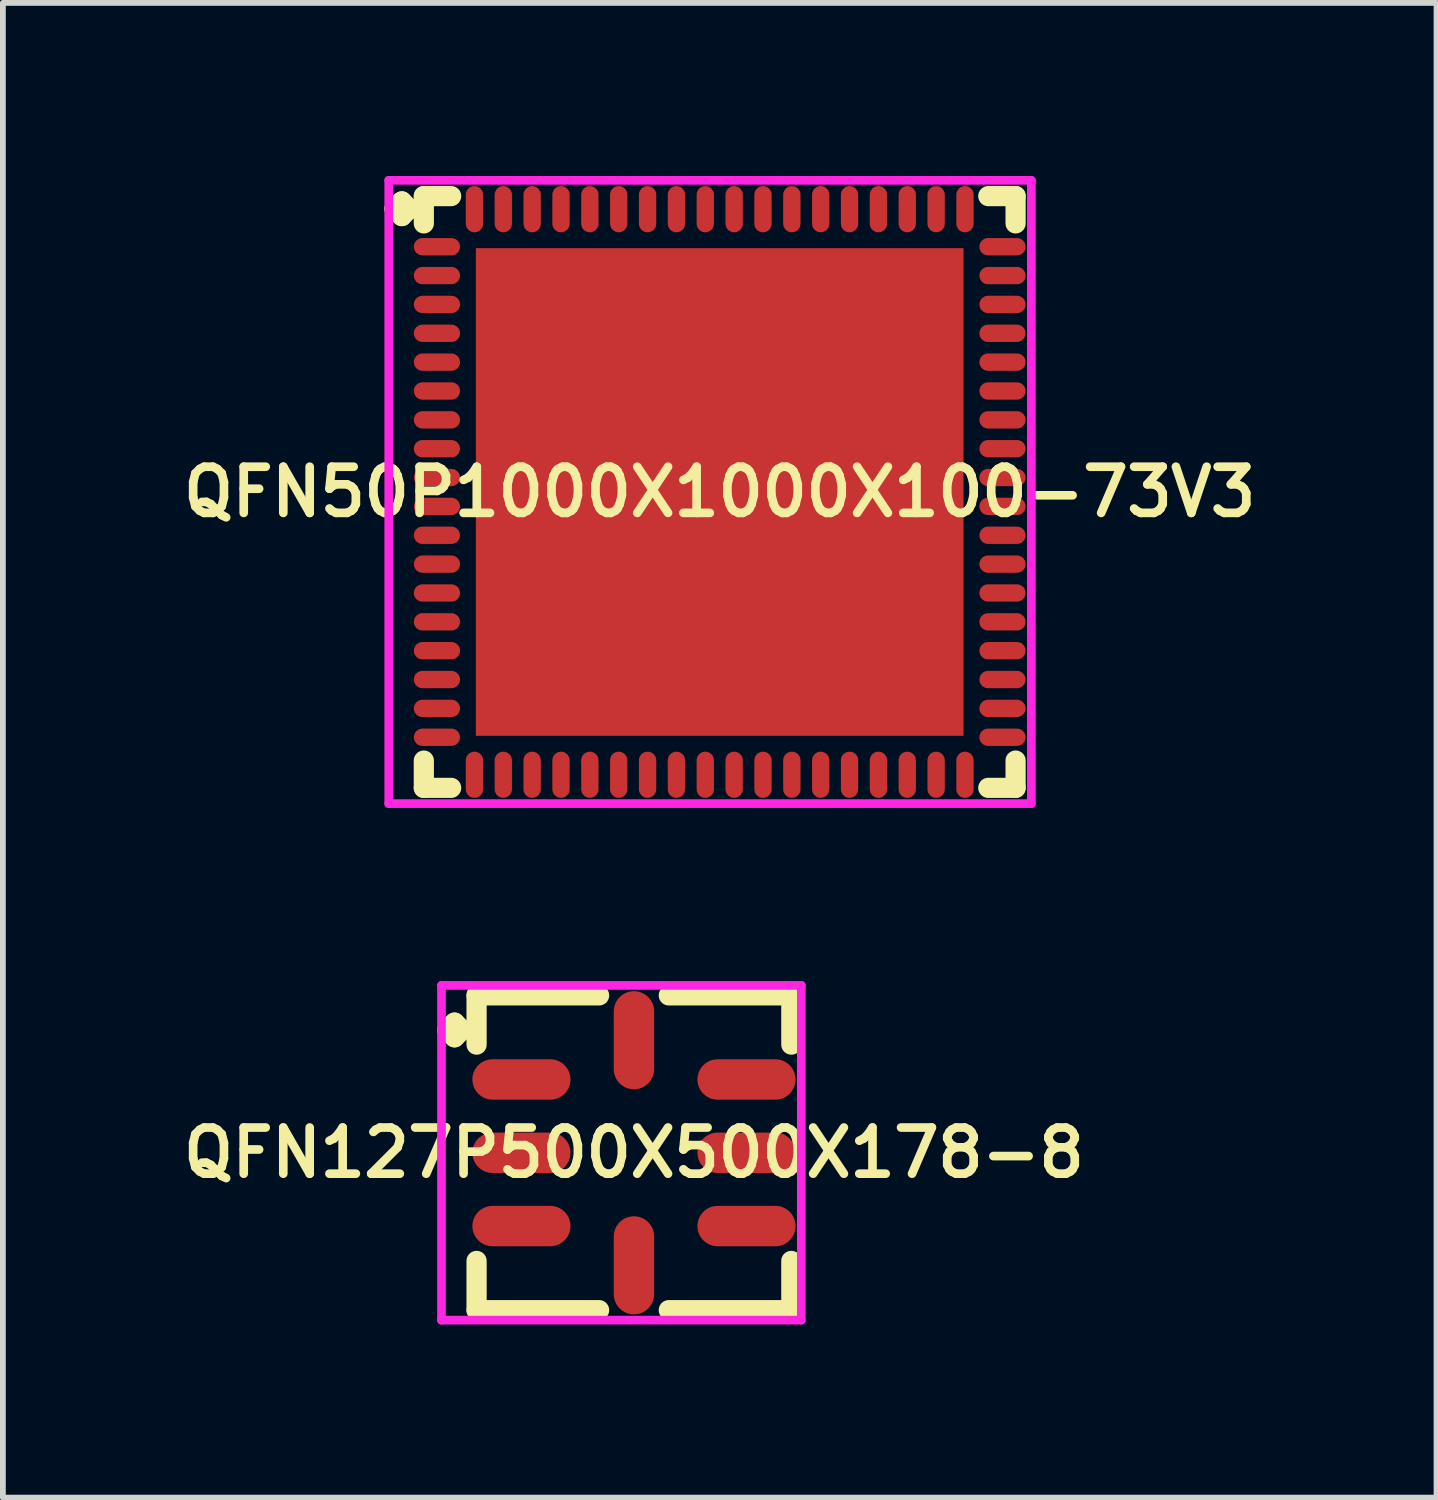
<source format=kicad_pcb>
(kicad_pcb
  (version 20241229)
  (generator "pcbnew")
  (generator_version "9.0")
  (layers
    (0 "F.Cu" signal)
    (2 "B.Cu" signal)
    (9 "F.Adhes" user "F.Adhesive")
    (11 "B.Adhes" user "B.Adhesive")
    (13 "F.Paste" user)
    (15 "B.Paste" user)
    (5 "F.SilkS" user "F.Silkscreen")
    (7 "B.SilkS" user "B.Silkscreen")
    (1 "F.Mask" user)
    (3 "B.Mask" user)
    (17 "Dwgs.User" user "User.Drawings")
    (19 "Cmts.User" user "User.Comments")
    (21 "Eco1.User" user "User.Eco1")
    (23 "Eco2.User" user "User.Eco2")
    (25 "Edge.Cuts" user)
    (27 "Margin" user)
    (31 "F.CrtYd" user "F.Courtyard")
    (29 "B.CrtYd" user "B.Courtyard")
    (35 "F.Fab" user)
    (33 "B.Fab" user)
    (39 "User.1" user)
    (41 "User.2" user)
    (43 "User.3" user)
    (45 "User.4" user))
  (footprint "QFN127P500X500X178-8"
    (layer "F.Cu")
    (at 7.935 16.925)
    (property "Reference" "QFN127P500X500X178-8" (at 0 0 0) (layer "F.SilkS") (effects (font (size 0.8 0.8) (thickness 0.15))))
    (attr smd)
    (fp_line (start -3.235 -2.128) (end -3.108 -2.255) (stroke (width 0.35) (type solid)) (layer "F.SilkS"))
    (fp_line (start -3.108 -2.255) (end -2.981 -2.128) (stroke (width 0.35) (type solid)) (layer "F.SilkS"))
    (fp_line (start -3.108 -2.001) (end -3.235 -2.128) (stroke (width 0.35) (type solid)) (layer "F.SilkS"))
    (fp_line (start -2.981 -2.128) (end -3.108 -2.001) (stroke (width 0.35) (type solid)) (layer "F.SilkS"))
    (fp_line (start -2.727 -2.727) (end -0.604 -2.727) (stroke (width 0.35) (type solid)) (layer "F.SilkS"))
    (fp_line (start -2.727 -1.874) (end -2.727 -2.727) (stroke (width 0.35) (type solid)) (layer "F.SilkS"))
    (fp_line (start -2.727 1.874) (end -2.727 2.727) (stroke (width 0.35) (type solid)) (layer "F.SilkS"))
    (fp_line (start -2.727 2.727) (end -0.604 2.727) (stroke (width 0.35) (type solid)) (layer "F.SilkS"))
    (fp_line (start 0.604 -2.727) (end 2.727 -2.727) (stroke (width 0.35) (type solid)) (layer "F.SilkS"))
    (fp_line (start 0.604 2.727) (end 2.727 2.727) (stroke (width 0.35) (type solid)) (layer "F.SilkS"))
    (fp_line (start 2.727 -2.727) (end 2.727 -1.874) (stroke (width 0.35) (type solid)) (layer "F.SilkS"))
    (fp_line (start 2.727 2.727) (end 2.727 1.874) (stroke (width 0.35) (type solid)) (layer "F.SilkS"))
    (fp_line (start -3.335 -2.9) (end 2.9 -2.9) (stroke (width 0.15) (type solid)) (layer "F.CrtYd"))
    (fp_line (start -3.335 2.9) (end -3.335 -2.9) (stroke (width 0.15) (type solid)) (layer "F.CrtYd"))
    (fp_line (start 2.9 -2.9) (end 2.9 2.9) (stroke (width 0.15) (type solid)) (layer "F.CrtYd"))
    (fp_line (start 2.9 2.9) (end -3.335 2.9) (stroke (width 0.15) (type solid)) (layer "F.CrtYd"))
    (pad "1" smd oval (at -1.95 -1.27) (size 1.7 0.7) (layers "F.Cu" "F.Mask" "F.Paste"))
    (pad "2" smd oval (at -1.95 0) (size 1.7 0.7) (layers "F.Cu" "F.Mask" "F.Paste"))
    (pad "3" smd oval (at -1.95 1.27) (size 1.7 0.7) (layers "F.Cu" "F.Mask" "F.Paste"))
    (pad "4" smd oval (at 0 1.95) (size 0.7 1.7) (layers "F.Cu" "F.Mask" "F.Paste"))
    (pad "5" smd oval (at 1.95 1.27) (size 1.7 0.7) (layers "F.Cu" "F.Mask" "F.Paste"))
    (pad "6" smd oval (at 1.95 0) (size 1.7 0.7) (layers "F.Cu" "F.Mask" "F.Paste"))
    (pad "7" smd oval (at 1.95 -1.27) (size 1.7 0.7) (layers "F.Cu" "F.Mask" "F.Paste"))
    (pad "8" smd oval (at 0 -1.95) (size 0.7 1.7) (layers "F.Cu" "F.Mask" "F.Paste")))
  (footprint "QFN50P1000X1000X100-73V3"
    (layer "F.Cu")
    (at 9.421 5.475)
    (property "Reference" "QFN50P1000X1000X100-73V3" (at 0 0 0) (layer "F.SilkS") (effects (font (size 0.8 0.8) (thickness 0.15))))
    (attr smd)
    (fp_line (start -5.635 -4.908) (end -5.508 -5.035) (stroke (width 0.35) (type solid)) (layer "F.SilkS"))
    (fp_line (start -5.508 -5.035) (end -5.381 -4.908) (stroke (width 0.35) (type solid)) (layer "F.SilkS"))
    (fp_line (start -5.508 -4.781) (end -5.635 -4.908) (stroke (width 0.35) (type solid)) (layer "F.SilkS"))
    (fp_line (start -5.381 -4.908) (end -5.508 -4.781) (stroke (width 0.35) (type solid)) (layer "F.SilkS"))
    (fp_line (start -5.127 -5.127) (end -4.654 -5.127) (stroke (width 0.35) (type solid)) (layer "F.SilkS"))
    (fp_line (start -5.127 -4.654) (end -5.127 -5.127) (stroke (width 0.35) (type solid)) (layer "F.SilkS"))
    (fp_line (start -5.127 4.654) (end -5.127 5.127) (stroke (width 0.35) (type solid)) (layer "F.SilkS"))
    (fp_line (start -5.127 5.127) (end -4.654 5.127) (stroke (width 0.35) (type solid)) (layer "F.SilkS"))
    (fp_line (start 4.654 -5.127) (end 5.127 -5.127) (stroke (width 0.35) (type solid)) (layer "F.SilkS"))
    (fp_line (start 4.654 5.127) (end 5.127 5.127) (stroke (width 0.35) (type solid)) (layer "F.SilkS"))
    (fp_line (start 5.127 -5.127) (end 5.127 -4.654) (stroke (width 0.35) (type solid)) (layer "F.SilkS"))
    (fp_line (start 5.127 5.127) (end 5.127 4.654) (stroke (width 0.35) (type solid)) (layer "F.SilkS"))
    (fp_line (start -5.735 -5.4) (end 5.4 -5.4) (stroke (width 0.15) (type solid)) (layer "F.CrtYd"))
    (fp_line (start -5.735 5.4) (end -5.735 -5.4) (stroke (width 0.15) (type solid)) (layer "F.CrtYd"))
    (fp_line (start 5.4 -5.4) (end 5.4 5.4) (stroke (width 0.15) (type solid)) (layer "F.CrtYd"))
    (fp_line (start 5.4 5.4) (end -5.735 5.4) (stroke (width 0.15) (type solid)) (layer "F.CrtYd"))
    (pad "1" smd oval (at -4.9 -4.25) (size 0.8 0.3) (layers "F.Cu" "F.Mask" "F.Paste"))
    (pad "2" smd oval (at -4.9 -3.75) (size 0.8 0.3) (layers "F.Cu" "F.Mask" "F.Paste"))
    (pad "3" smd oval (at -4.9 -3.25) (size 0.8 0.3) (layers "F.Cu" "F.Mask" "F.Paste"))
    (pad "4" smd oval (at -4.9 -2.75) (size 0.8 0.3) (layers "F.Cu" "F.Mask" "F.Paste"))
    (pad "5" smd oval (at -4.9 -2.25) (size 0.8 0.3) (layers "F.Cu" "F.Mask" "F.Paste"))
    (pad "6" smd oval (at -4.9 -1.75) (size 0.8 0.3) (layers "F.Cu" "F.Mask" "F.Paste"))
    (pad "7" smd oval (at -4.9 -1.25) (size 0.8 0.3) (layers "F.Cu" "F.Mask" "F.Paste"))
    (pad "8" smd oval (at -4.9 -0.75) (size 0.8 0.3) (layers "F.Cu" "F.Mask" "F.Paste"))
    (pad "9" smd oval (at -4.9 -0.25) (size 0.8 0.3) (layers "F.Cu" "F.Mask" "F.Paste"))
    (pad "10" smd oval (at -4.9 0.25) (size 0.8 0.3) (layers "F.Cu" "F.Mask" "F.Paste"))
    (pad "11" smd oval (at -4.9 0.75) (size 0.8 0.3) (layers "F.Cu" "F.Mask" "F.Paste"))
    (pad "12" smd oval (at -4.9 1.25) (size 0.8 0.3) (layers "F.Cu" "F.Mask" "F.Paste"))
    (pad "13" smd oval (at -4.9 1.75) (size 0.8 0.3) (layers "F.Cu" "F.Mask" "F.Paste"))
    (pad "14" smd oval (at -4.9 2.25) (size 0.8 0.3) (layers "F.Cu" "F.Mask" "F.Paste"))
    (pad "15" smd oval (at -4.9 2.75) (size 0.8 0.3) (layers "F.Cu" "F.Mask" "F.Paste"))
    (pad "16" smd oval (at -4.9 3.25) (size 0.8 0.3) (layers "F.Cu" "F.Mask" "F.Paste"))
    (pad "17" smd oval (at -4.9 3.75) (size 0.8 0.3) (layers "F.Cu" "F.Mask" "F.Paste"))
    (pad "18" smd oval (at -4.9 4.25) (size 0.8 0.3) (layers "F.Cu" "F.Mask" "F.Paste"))
    (pad "19" smd oval (at -4.25 4.9) (size 0.3 0.8) (layers "F.Cu" "F.Mask" "F.Paste"))
    (pad "20" smd oval (at -3.75 4.9) (size 0.3 0.8) (layers "F.Cu" "F.Mask" "F.Paste"))
    (pad "21" smd oval (at -3.25 4.9) (size 0.3 0.8) (layers "F.Cu" "F.Mask" "F.Paste"))
    (pad "22" smd oval (at -2.75 4.9) (size 0.3 0.8) (layers "F.Cu" "F.Mask" "F.Paste"))
    (pad "23" smd oval (at -2.25 4.9) (size 0.3 0.8) (layers "F.Cu" "F.Mask" "F.Paste"))
    (pad "24" smd oval (at -1.75 4.9) (size 0.3 0.8) (layers "F.Cu" "F.Mask" "F.Paste"))
    (pad "25" smd oval (at -1.25 4.9) (size 0.3 0.8) (layers "F.Cu" "F.Mask" "F.Paste"))
    (pad "26" smd oval (at -0.75 4.9) (size 0.3 0.8) (layers "F.Cu" "F.Mask" "F.Paste"))
    (pad "27" smd oval (at -0.25 4.9) (size 0.3 0.8) (layers "F.Cu" "F.Mask" "F.Paste"))
    (pad "28" smd oval (at 0.25 4.9) (size 0.3 0.8) (layers "F.Cu" "F.Mask" "F.Paste"))
    (pad "29" smd oval (at 0.75 4.9) (size 0.3 0.8) (layers "F.Cu" "F.Mask" "F.Paste"))
    (pad "30" smd oval (at 1.25 4.9) (size 0.3 0.8) (layers "F.Cu" "F.Mask" "F.Paste"))
    (pad "31" smd oval (at 1.75 4.9) (size 0.3 0.8) (layers "F.Cu" "F.Mask" "F.Paste"))
    (pad "32" smd oval (at 2.25 4.9) (size 0.3 0.8) (layers "F.Cu" "F.Mask" "F.Paste"))
    (pad "33" smd oval (at 2.75 4.9) (size 0.3 0.8) (layers "F.Cu" "F.Mask" "F.Paste"))
    (pad "34" smd oval (at 3.25 4.9) (size 0.3 0.8) (layers "F.Cu" "F.Mask" "F.Paste"))
    (pad "35" smd oval (at 3.75 4.9) (size 0.3 0.8) (layers "F.Cu" "F.Mask" "F.Paste"))
    (pad "36" smd oval (at 4.25 4.9) (size 0.3 0.8) (layers "F.Cu" "F.Mask" "F.Paste"))
    (pad "37" smd oval (at 4.9 4.25) (size 0.8 0.3) (layers "F.Cu" "F.Mask" "F.Paste"))
    (pad "38" smd oval (at 4.9 3.75) (size 0.8 0.3) (layers "F.Cu" "F.Mask" "F.Paste"))
    (pad "39" smd oval (at 4.9 3.25) (size 0.8 0.3) (layers "F.Cu" "F.Mask" "F.Paste"))
    (pad "40" smd oval (at 4.9 2.75) (size 0.8 0.3) (layers "F.Cu" "F.Mask" "F.Paste"))
    (pad "41" smd oval (at 4.9 2.25) (size 0.8 0.3) (layers "F.Cu" "F.Mask" "F.Paste"))
    (pad "42" smd oval (at 4.9 1.75) (size 0.8 0.3) (layers "F.Cu" "F.Mask" "F.Paste"))
    (pad "43" smd oval (at 4.9 1.25) (size 0.8 0.3) (layers "F.Cu" "F.Mask" "F.Paste"))
    (pad "44" smd oval (at 4.9 0.75) (size 0.8 0.3) (layers "F.Cu" "F.Mask" "F.Paste"))
    (pad "45" smd oval (at 4.9 0.25) (size 0.8 0.3) (layers "F.Cu" "F.Mask" "F.Paste"))
    (pad "46" smd oval (at 4.9 -0.25) (size 0.8 0.3) (layers "F.Cu" "F.Mask" "F.Paste"))
    (pad "47" smd oval (at 4.9 -0.75) (size 0.8 0.3) (layers "F.Cu" "F.Mask" "F.Paste"))
    (pad "48" smd oval (at 4.9 -1.25) (size 0.8 0.3) (layers "F.Cu" "F.Mask" "F.Paste"))
    (pad "49" smd oval (at 4.9 -1.75) (size 0.8 0.3) (layers "F.Cu" "F.Mask" "F.Paste"))
    (pad "50" smd oval (at 4.9 -2.25) (size 0.8 0.3) (layers "F.Cu" "F.Mask" "F.Paste"))
    (pad "51" smd oval (at 4.9 -2.75) (size 0.8 0.3) (layers "F.Cu" "F.Mask" "F.Paste"))
    (pad "52" smd oval (at 4.9 -3.25) (size 0.8 0.3) (layers "F.Cu" "F.Mask" "F.Paste"))
    (pad "53" smd oval (at 4.9 -3.75) (size 0.8 0.3) (layers "F.Cu" "F.Mask" "F.Paste"))
    (pad "54" smd oval (at 4.9 -4.25) (size 0.8 0.3) (layers "F.Cu" "F.Mask" "F.Paste"))
    (pad "55" smd oval (at 4.25 -4.9) (size 0.3 0.8) (layers "F.Cu" "F.Mask" "F.Paste"))
    (pad "56" smd oval (at 3.75 -4.9) (size 0.3 0.8) (layers "F.Cu" "F.Mask" "F.Paste"))
    (pad "57" smd oval (at 3.25 -4.9) (size 0.3 0.8) (layers "F.Cu" "F.Mask" "F.Paste"))
    (pad "58" smd oval (at 2.75 -4.9) (size 0.3 0.8) (layers "F.Cu" "F.Mask" "F.Paste"))
    (pad "59" smd oval (at 2.25 -4.9) (size 0.3 0.8) (layers "F.Cu" "F.Mask" "F.Paste"))
    (pad "60" smd oval (at 1.75 -4.9) (size 0.3 0.8) (layers "F.Cu" "F.Mask" "F.Paste"))
    (pad "61" smd oval (at 1.25 -4.9) (size 0.3 0.8) (layers "F.Cu" "F.Mask" "F.Paste"))
    (pad "62" smd oval (at 0.75 -4.9) (size 0.3 0.8) (layers "F.Cu" "F.Mask" "F.Paste"))
    (pad "63" smd oval (at 0.25 -4.9) (size 0.3 0.8) (layers "F.Cu" "F.Mask" "F.Paste"))
    (pad "64" smd oval (at -0.25 -4.9) (size 0.3 0.8) (layers "F.Cu" "F.Mask" "F.Paste"))
    (pad "65" smd oval (at -0.75 -4.9) (size 0.3 0.8) (layers "F.Cu" "F.Mask" "F.Paste"))
    (pad "66" smd oval (at -1.25 -4.9) (size 0.3 0.8) (layers "F.Cu" "F.Mask" "F.Paste"))
    (pad "67" smd oval (at -1.75 -4.9) (size 0.3 0.8) (layers "F.Cu" "F.Mask" "F.Paste"))
    (pad "68" smd oval (at -2.25 -4.9) (size 0.3 0.8) (layers "F.Cu" "F.Mask" "F.Paste"))
    (pad "69" smd oval (at -2.75 -4.9) (size 0.3 0.8) (layers "F.Cu" "F.Mask" "F.Paste"))
    (pad "70" smd oval (at -3.25 -4.9) (size 0.3 0.8) (layers "F.Cu" "F.Mask" "F.Paste"))
    (pad "71" smd oval (at -3.75 -4.9) (size 0.3 0.8) (layers "F.Cu" "F.Mask" "F.Paste"))
    (pad "72" smd oval (at -4.25 -4.9) (size 0.3 0.8) (layers "F.Cu" "F.Mask" "F.Paste"))
    (pad "73" smd rect (at 0 0) (size 8.45 8.45) (layers "F.Cu" "F.Mask" "F.Paste")))
  (gr_rect
    (start -3 -3)
    (end 21.842 22.9)
    (stroke (width 0.1) (type default))
    (fill no)
    (layer "Edge.Cuts")))
</source>
